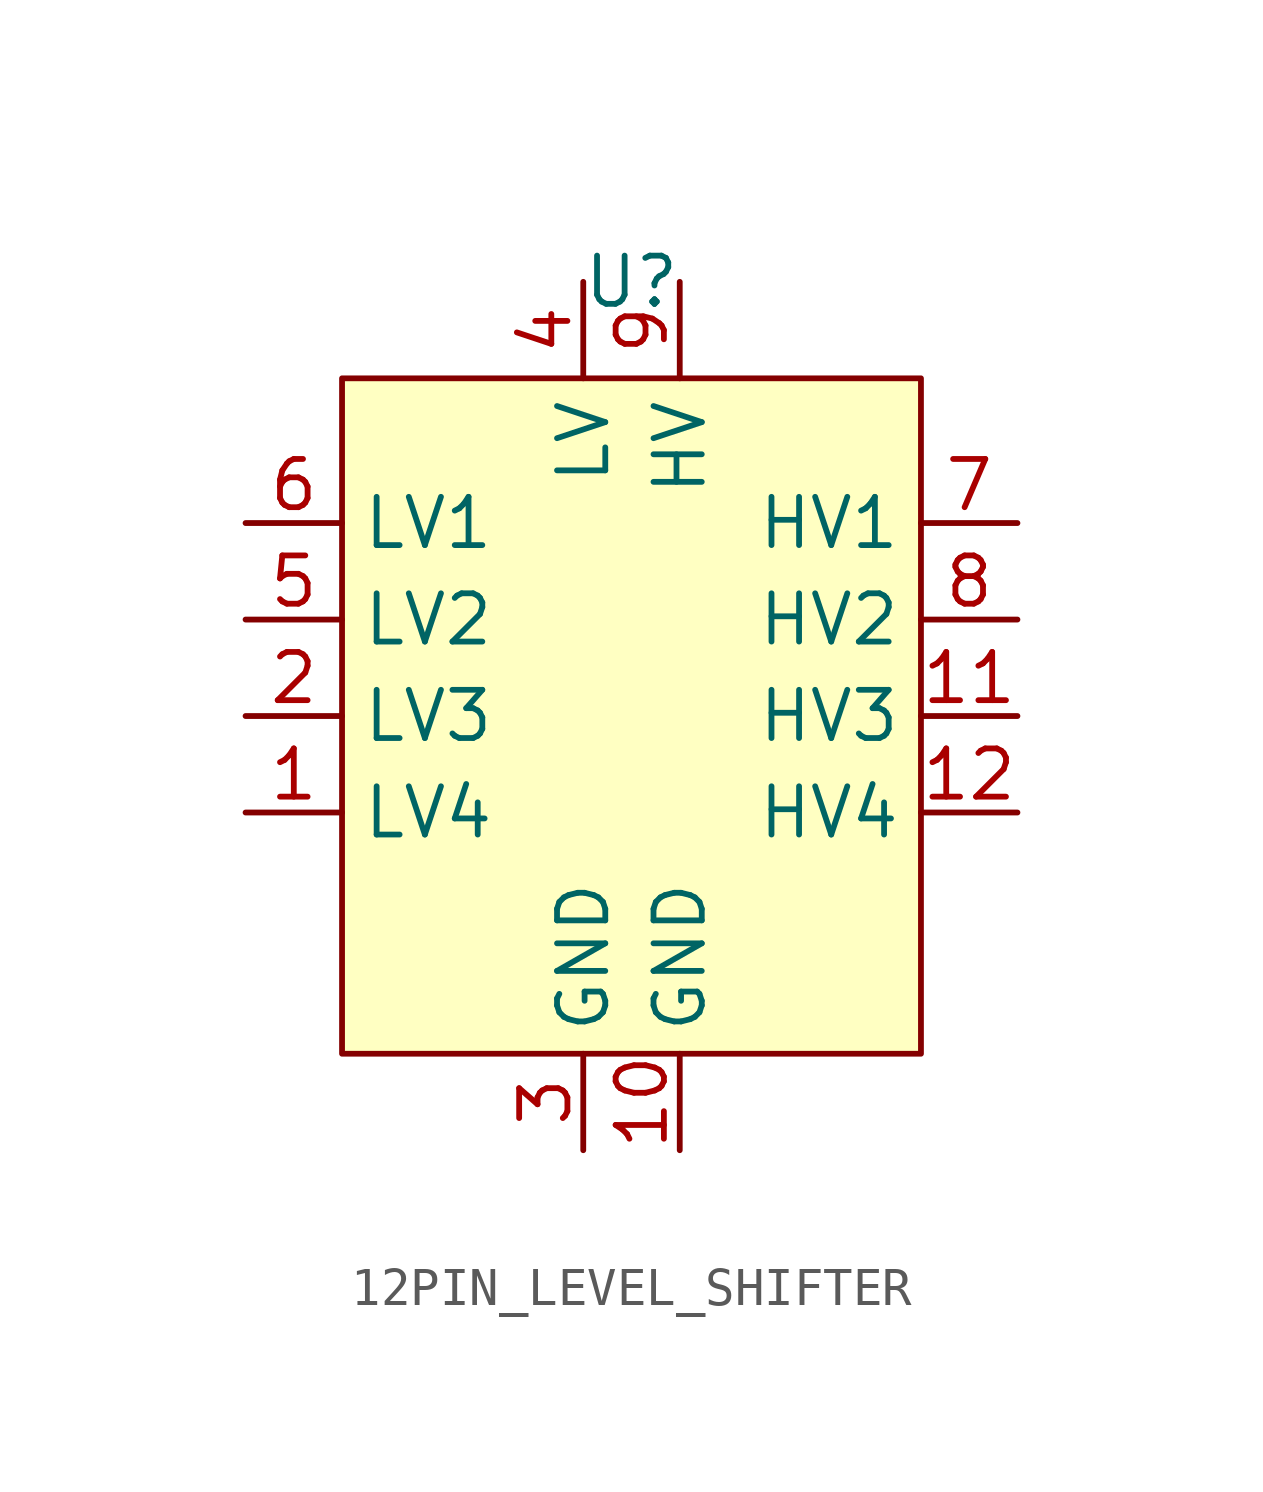
<source format=kicad_sym>
(kicad_symbol_lib
  (version 20231120)
  (generator "kicad_symbol_editor")
  (generator_version "8.0")
  (symbol "12PIN_LEVEL_SHIFTER"
    (property "Reference" "U"
      (at 0 0 0)
      (effects (font (size 1.27 1.27))))
    (property "Value" ""
      (at 0 0 0)
      (effects (font (size 1.27 1.27))))
    (symbol "12PIN_LEVEL_SHIFTER_1_1"
      (rectangle (start -7.62 -2.54) (end 7.62 -20.32) (stroke (width 0) (type default)) (fill (type background)))
      (pin input line (at -10.16 -13.97 0) (length 2.54) (name "LV4" (effects (font (size 1.27 1.27)))) (number "1" (effects (font (size 1.27 1.27)))))
      (pin power_in line (at 1.27 -22.86 90) (length 2.54) (name "GND" (effects (font (size 1.27 1.27)))) (number "10" (effects (font (size 1.27 1.27)))))
      (pin output line (at 10.16 -11.43 180) (length 2.54) (name "HV3" (effects (font (size 1.27 1.27)))) (number "11" (effects (font (size 1.27 1.27)))))
      (pin output line (at 10.16 -13.97 180) (length 2.54) (name "HV4" (effects (font (size 1.27 1.27)))) (number "12" (effects (font (size 1.27 1.27)))))
      (pin input line (at -10.16 -11.43 0) (length 2.54) (name "LV3" (effects (font (size 1.27 1.27)))) (number "2" (effects (font (size 1.27 1.27)))))
      (pin power_in line (at -1.27 -22.86 90) (length 2.54) (name "GND" (effects (font (size 1.27 1.27)))) (number "3" (effects (font (size 1.27 1.27)))))
      (pin power_in line (at -1.27 0 270) (length 2.54) (name "LV" (effects (font (size 1.27 1.27)))) (number "4" (effects (font (size 1.27 1.27)))))
      (pin input line (at -10.16 -8.89 0) (length 2.54) (name "LV2" (effects (font (size 1.27 1.27)))) (number "5" (effects (font (size 1.27 1.27)))))
      (pin input line (at -10.16 -6.35 0) (length 2.54) (name "LV1" (effects (font (size 1.27 1.27)))) (number "6" (effects (font (size 1.27 1.27)))))
      (pin output line (at 10.16 -6.35 180) (length 2.54) (name "HV1" (effects (font (size 1.27 1.27)))) (number "7" (effects (font (size 1.27 1.27)))))
      (pin output line (at 10.16 -8.89 180) (length 2.54) (name "HV2" (effects (font (size 1.27 1.27)))) (number "8" (effects (font (size 1.27 1.27)))))
      (pin power_in line (at 1.27 0 270) (length 2.54) (name "HV" (effects (font (size 1.27 1.27)))) (number "9" (effects (font (size 1.27 1.27))))))))
</source>
